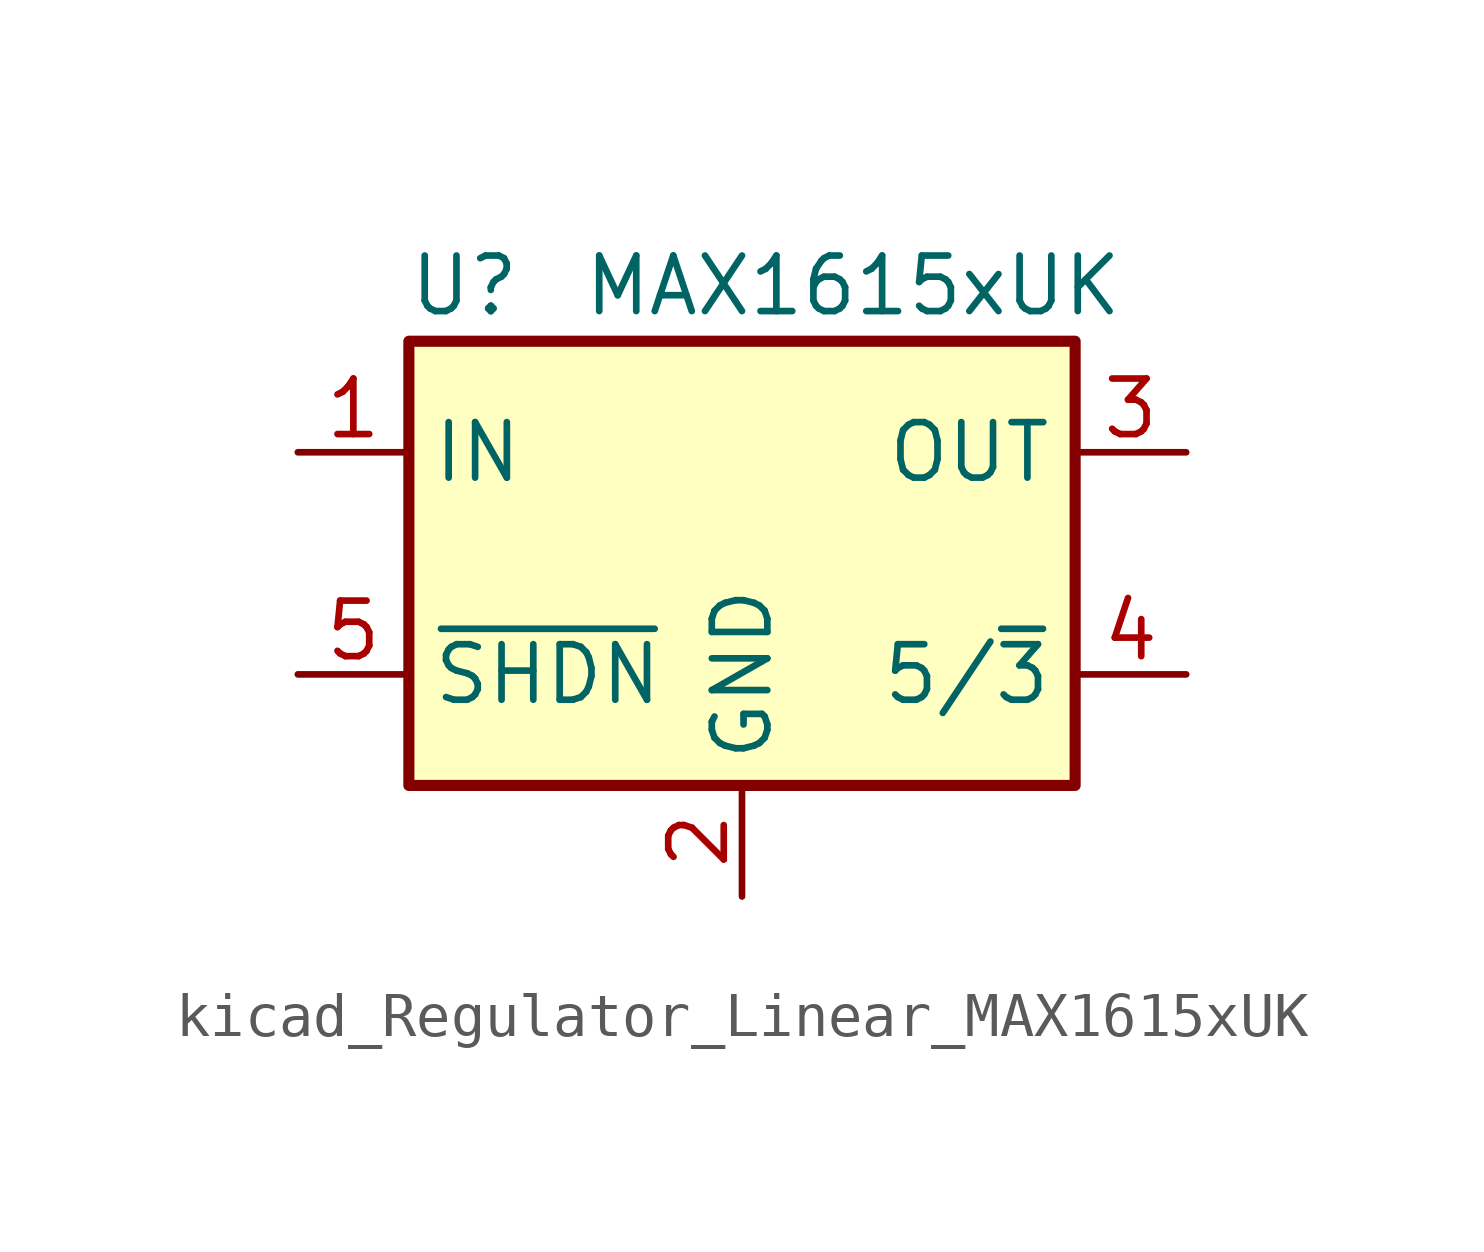
<source format=kicad_sym>
(kicad_symbol_lib
  (version 20220914)
  (generator kicad_symbol_editor)
  (symbol "kicad_Regulator_Linear_MAX1615xUK"
    (property "Reference" "U"
      (at -6.35 6.35 0)
      (effects (font (size 1.27 1.27))))
    (property "Value" "MAX1615xUK"
      (at 2.54 6.35 0)
      (effects (font (size 1.27 1.27))))
    (symbol "kicad_Regulator_Linear_MAX1615xUK_1_1"
      (rectangle (start -7.62 5.08) (end 7.62 -5.08) (stroke (width 0.254) (type default)) (fill (type background)))
      (pin power_in line (at -10.16 2.54 0) (length 2.54) (name "IN" (effects (font (size 1.27 1.27)))) (number "1" (effects (font (size 1.27 1.27)))))
      (pin power_in line (at 0 -7.62 90) (length 2.54) (name "GND" (effects (font (size 1.27 1.27)))) (number "2" (effects (font (size 1.27 1.27)))))
      (pin power_out line (at 10.16 2.54 180) (length 2.54) (name "OUT" (effects (font (size 1.27 1.27)))) (number "3" (effects (font (size 1.27 1.27)))))
      (pin input line (at 10.16 -2.54 180) (length 2.54) (name "5/~{3}" (effects (font (size 1.27 1.27)))) (number "4" (effects (font (size 1.27 1.27)))))
      (pin input line (at -10.16 -2.54 0) (length 2.54) (name "~{SHDN}" (effects (font (size 1.27 1.27)))) (number "5" (effects (font (size 1.27 1.27))))))))
</source>
